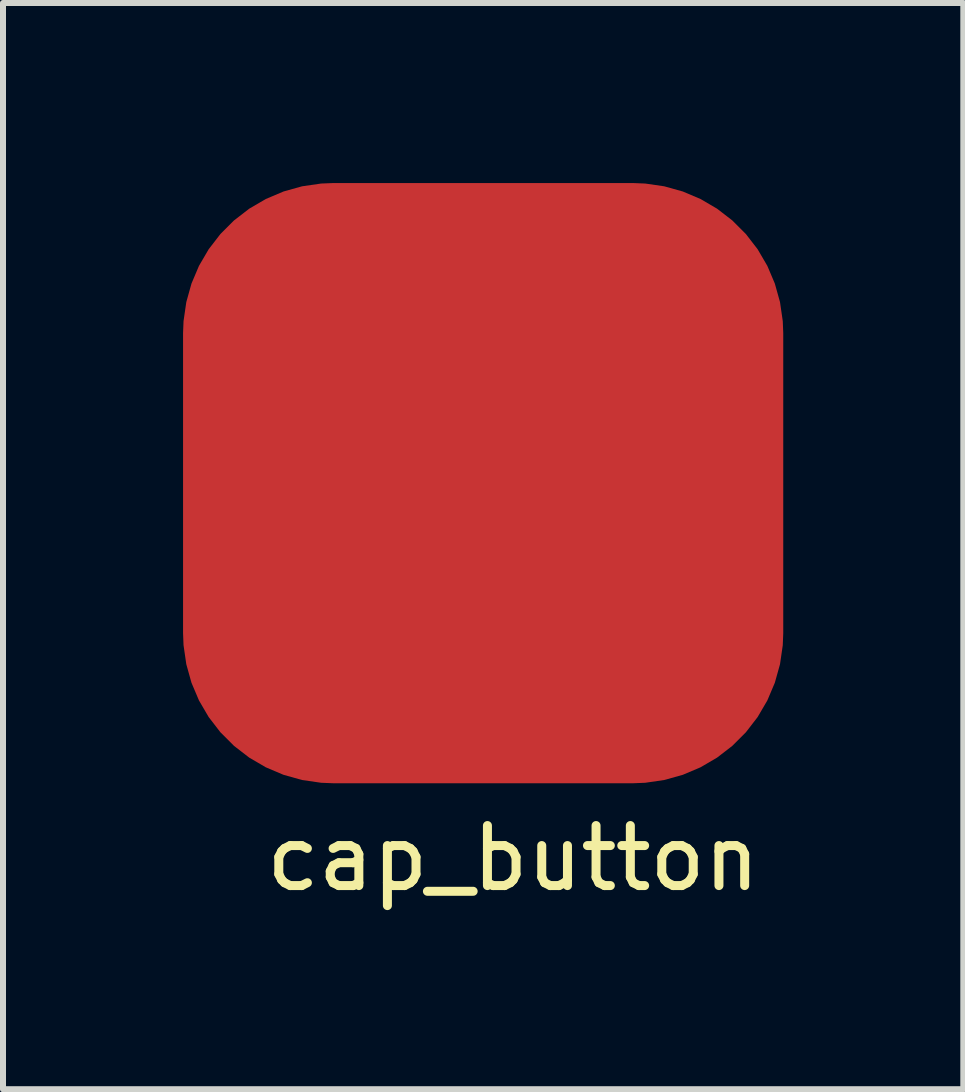
<source format=kicad_pcb>
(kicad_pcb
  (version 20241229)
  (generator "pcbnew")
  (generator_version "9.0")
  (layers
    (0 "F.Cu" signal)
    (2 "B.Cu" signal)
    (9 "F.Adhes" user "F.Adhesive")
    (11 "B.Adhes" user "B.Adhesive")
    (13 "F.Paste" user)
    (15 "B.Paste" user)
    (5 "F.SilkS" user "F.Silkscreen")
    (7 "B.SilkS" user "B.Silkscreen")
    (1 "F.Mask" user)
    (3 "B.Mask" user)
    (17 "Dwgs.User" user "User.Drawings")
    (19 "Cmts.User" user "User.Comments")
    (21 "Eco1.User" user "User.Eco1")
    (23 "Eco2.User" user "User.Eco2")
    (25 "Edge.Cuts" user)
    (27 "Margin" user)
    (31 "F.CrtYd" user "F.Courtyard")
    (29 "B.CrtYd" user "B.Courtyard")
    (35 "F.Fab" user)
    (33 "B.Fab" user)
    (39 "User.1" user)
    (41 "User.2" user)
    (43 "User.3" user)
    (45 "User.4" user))
  (footprint "cap_button"
    (layer "F.Cu")
    (at 5 5)
    (property "Reference" "cap_button" (at 0.5 6.25 0) (unlocked yes) (layer "F.SilkS") (effects (font (size 1 1) (thickness 0.15))))
    (attr smd)
    (pad "1" smd roundrect (at 0 0) (size 10 10) (layers "F.Cu" "F.Mask" "F.Paste") (roundrect_rratio 0.25)))
  (gr_rect
    (start -3 -3)
    (end 13 15.098)
    (stroke (width 0.1) (type default))
    (fill no)
    (layer "Edge.Cuts")))
</source>
